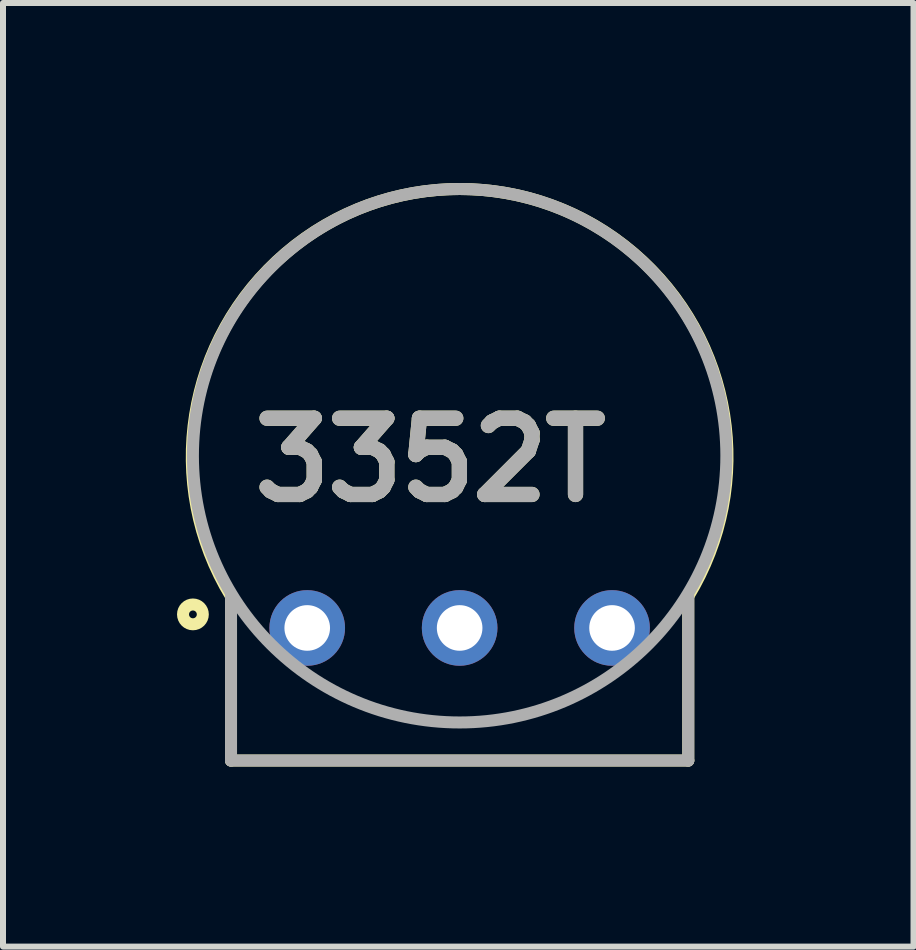
<source format=kicad_pcb>
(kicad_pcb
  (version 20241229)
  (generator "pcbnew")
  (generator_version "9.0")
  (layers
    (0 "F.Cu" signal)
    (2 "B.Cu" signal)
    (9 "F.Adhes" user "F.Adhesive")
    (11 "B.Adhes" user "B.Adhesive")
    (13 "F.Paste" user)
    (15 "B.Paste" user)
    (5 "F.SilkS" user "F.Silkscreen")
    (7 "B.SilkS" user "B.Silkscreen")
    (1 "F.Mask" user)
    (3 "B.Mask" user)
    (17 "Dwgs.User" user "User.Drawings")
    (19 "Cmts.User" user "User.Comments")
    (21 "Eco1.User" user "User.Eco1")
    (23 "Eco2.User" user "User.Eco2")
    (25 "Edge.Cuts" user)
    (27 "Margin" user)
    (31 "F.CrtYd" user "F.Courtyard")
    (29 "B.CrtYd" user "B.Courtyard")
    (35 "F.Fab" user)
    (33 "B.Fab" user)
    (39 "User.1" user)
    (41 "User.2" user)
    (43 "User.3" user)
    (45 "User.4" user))
  (footprint "3352T"
    (layer "F.Cu")
    (at 4.61 4.545)
    (property "Reference" "3352T" (at -0.488 0.071 0) (layer "F.SilkS") (effects (font (size 1.27 1.27) (thickness 0.254))))
    (attr through_hole)
    (fp_line (start -3.81 5.08) (end -3.81 2.344) (stroke (width 0.2) (type solid)) (layer "F.SilkS"))
    (fp_line (start 3.81 2.344) (end 3.81 5.08) (stroke (width 0.2) (type solid)) (layer "F.SilkS"))
    (fp_line (start 3.81 5.08) (end -3.81 5.08) (stroke (width 0.2) (type solid)) (layer "F.SilkS"))
    (fp_arc (start -3.81 2.344) (mid 0.000191 -4.445) (end 3.809801 2.344326) (stroke (width 0.2) (type solid)) (layer "F.SilkS"))
    (fp_circle (center -4.445 2.644) (end -4.445 2.709) (stroke (width 0.2) (type solid)) (fill no) (layer "F.SilkS"))
    (fp_line (start -3.81 5.08) (end -3.81 2.344) (stroke (width 0.2) (type solid)) (layer "F.Fab"))
    (fp_line (start -3.81 5.08) (end 3.81 5.08) (stroke (width 0.2) (type solid)) (layer "F.Fab"))
    (fp_line (start 3.81 5.08) (end 3.81 2.344) (stroke (width 0.2) (type solid)) (layer "F.Fab"))
    (fp_circle (center 0 0) (end 0 4.445) (stroke (width 0.2) (type solid)) (fill no) (layer "F.Fab"))
    (fp_text user "${REFERENCE}" (at -0.488 0.071 0) (layer "F.Fab") (effects (font (size 1.27 1.27) (thickness 0.254))))
    (pad "1" thru_hole circle (at -2.54 2.87) (size 1.26 1.26) (drill 0.76) (layers "*.Cu" "*.Mask"))
    (pad "2" thru_hole circle (at 0 2.87) (size 1.26 1.26) (drill 0.76) (layers "*.Cu" "*.Mask"))
    (pad "3" thru_hole circle (at 2.54 2.87) (size 1.26 1.26) (drill 0.76) (layers "*.Cu" "*.Mask")))
  (gr_rect
    (start -3 -3)
    (end 12.174 12.725)
    (stroke (width 0.1) (type default))
    (fill no)
    (layer "Edge.Cuts")))
</source>
